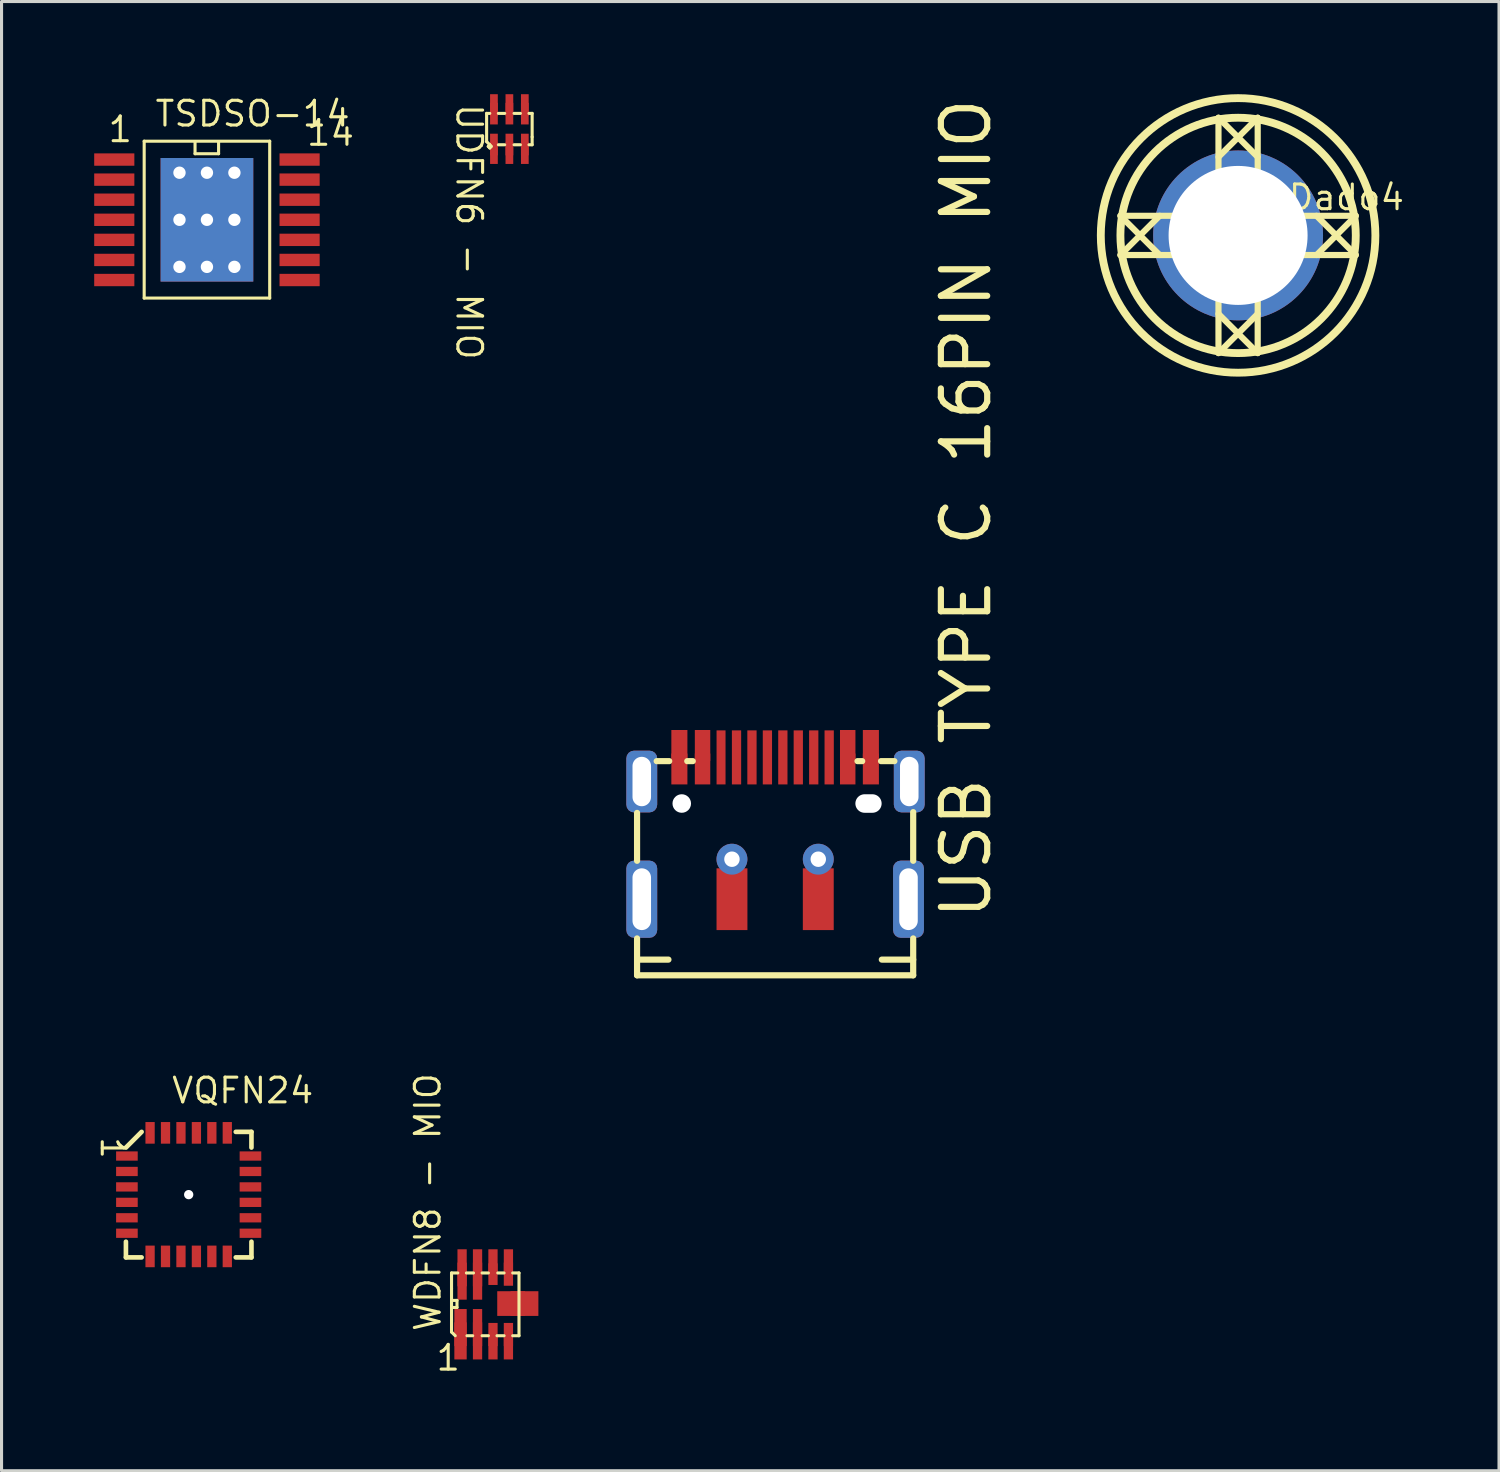
<source format=kicad_pcb>
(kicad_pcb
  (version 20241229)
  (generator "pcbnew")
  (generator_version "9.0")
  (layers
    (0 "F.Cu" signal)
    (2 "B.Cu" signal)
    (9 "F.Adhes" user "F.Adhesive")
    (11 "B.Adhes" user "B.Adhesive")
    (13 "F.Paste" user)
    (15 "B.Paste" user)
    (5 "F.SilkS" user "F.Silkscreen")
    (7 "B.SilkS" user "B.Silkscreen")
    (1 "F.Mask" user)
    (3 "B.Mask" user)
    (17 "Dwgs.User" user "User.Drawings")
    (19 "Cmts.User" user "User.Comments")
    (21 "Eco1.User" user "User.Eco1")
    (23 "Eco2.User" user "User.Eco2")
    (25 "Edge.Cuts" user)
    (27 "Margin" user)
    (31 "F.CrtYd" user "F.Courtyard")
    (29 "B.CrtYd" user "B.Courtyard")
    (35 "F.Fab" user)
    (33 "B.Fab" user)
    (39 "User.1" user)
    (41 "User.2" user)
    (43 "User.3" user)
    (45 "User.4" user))
  (footprint "ViteDado4"
    (layer "F.Cu")
    (at 37.035 4.572)
    (property "Reference" "ViteDado4" (at -0.635 -0.762 0) (unlocked yes) (layer "F.SilkS") (effects (font (size 0.8 0.8) (thickness 0.1)) (justify left bottom)))
    (fp_line (start -2.54 -0.635) (end -3.81 0.635) (stroke (width 0.2) (type solid)) (layer "F.SilkS"))
    (fp_line (start -2.54 0.635) (end -3.81 -0.635) (stroke (width 0.2) (type solid)) (layer "F.SilkS"))
    (fp_line (start -0.635 -0.635) (end -3.81 -0.635) (stroke (width 0.2) (type solid)) (layer "F.SilkS"))
    (fp_line (start -0.635 -0.635) (end -0.635 -3.81) (stroke (width 0.2) (type solid)) (layer "F.SilkS"))
    (fp_line (start -0.635 0.635) (end -3.81 0.635) (stroke (width 0.2) (type solid)) (layer "F.SilkS"))
    (fp_line (start -0.635 3.81) (end -0.635 0.635) (stroke (width 0.2) (type solid)) (layer "F.SilkS"))
    (fp_line (start 0.635 -3.81) (end -0.635 -2.54) (stroke (width 0.2) (type solid)) (layer "F.SilkS"))
    (fp_line (start 0.635 -2.54) (end -0.635 -3.81) (stroke (width 0.2) (type solid)) (layer "F.SilkS"))
    (fp_line (start 0.635 -0.635) (end 0.635 -3.81) (stroke (width 0.2) (type solid)) (layer "F.SilkS"))
    (fp_line (start 0.635 2.54) (end -0.635 3.81) (stroke (width 0.2) (type solid)) (layer "F.SilkS"))
    (fp_line (start 0.635 3.81) (end -0.635 2.54) (stroke (width 0.2) (type solid)) (layer "F.SilkS"))
    (fp_line (start 0.635 3.81) (end 0.635 0.635) (stroke (width 0.2) (type solid)) (layer "F.SilkS"))
    (fp_line (start 3.81 -0.635) (end 0.635 -0.635) (stroke (width 0.2) (type solid)) (layer "F.SilkS"))
    (fp_line (start 3.81 -0.635) (end 2.54 0.635) (stroke (width 0.2) (type solid)) (layer "F.SilkS"))
    (fp_line (start 3.81 0.635) (end 0.635 0.635) (stroke (width 0.2) (type solid)) (layer "F.SilkS"))
    (fp_line (start 3.81 0.635) (end 2.54 -0.635) (stroke (width 0.2) (type solid)) (layer "F.SilkS"))
    (fp_circle (center 0 0) (end 0 -4.445) (stroke (width 0.254) (type solid)) (fill no) (layer "F.SilkS"))
    (fp_circle (center 0 0) (end 0 -3.81) (stroke (width 0.254) (type solid)) (fill no) (layer "F.SilkS"))
    (pad "1" thru_hole circle (at 0 0) (size 5.5 5.5) (drill 4.5) (layers "*.Cu" "*.Mask")))
  (footprint "UDFN6 - MIO"
    (layer "F.Cu")
    (at 12.942 1.629)
    (property "Reference" "UDFN6 - MIO" (at -1.27 -1.372 270) (unlocked yes) (layer "F.SilkS") (effects (font (size 0.8 0.8) (thickness 0.1)) (justify left bottom)))
    (fp_line (start -0.237 -1.008) (end -0.237 -0.094) (stroke (width 0.1) (type solid)) (layer "F.SilkS"))
    (fp_line (start -0.237 -0.094) (end -0.135 0.008) (stroke (width 0.1) (type solid)) (layer "F.SilkS"))
    (fp_line (start -0.135 -1.008) (end -0.237 -1.008) (stroke (width 0.1) (type solid)) (layer "F.SilkS"))
    (fp_line (start 0.348 -1.008) (end 0.144 -1.008) (stroke (width 0.1) (type solid)) (layer "F.SilkS"))
    (fp_line (start 0.348 0.008) (end 0.144 0.008) (stroke (width 0.1) (type solid)) (layer "F.SilkS"))
    (fp_line (start 0.652 -1.008) (end 0.856 -1.008) (stroke (width 0.1) (type solid)) (layer "F.SilkS"))
    (fp_line (start 0.652 0.008) (end 0.856 0.008) (stroke (width 0.1) (type solid)) (layer "F.SilkS"))
    (fp_line (start 1.135 -1.008) (end 1.237 -1.008) (stroke (width 0.1) (type solid)) (layer "F.SilkS"))
    (fp_line (start 1.135 0.008) (end 1.237 0.008) (stroke (width 0.1) (type solid)) (layer "F.SilkS"))
    (fp_line (start 1.237 -1.008) (end 1.237 -0.246) (stroke (width 0.1) (type solid)) (layer "F.SilkS"))
    (fp_line (start 1.237 -0.246) (end 1.237 0.008) (stroke (width 0.1) (type solid)) (layer "F.SilkS"))
    (fp_text user "." (at -0.44 0.237 0) (unlocked yes) (layer "F.SilkS") (effects (font (size 1 1) (thickness 0.1)) (justify left bottom)))
    (pad "1" smd rect (at 0 0 270) (size 0.7 0.25) (layers "F.Cu" "F.Mask" "F.Paste"))
    (pad "1" smd rect (at 0 0.279 270) (size 0.7 0.25) (layers "F.Cu" "F.Mask" "F.Paste"))
    (pad "2" smd rect (at 0.5 0 270) (size 0.7 0.25) (layers "F.Cu" "F.Mask" "F.Paste"))
    (pad "2" smd rect (at 0.5 0.279 270) (size 0.7 0.25) (layers "F.Cu" "F.Mask" "F.Paste"))
    (pad "3" smd rect (at 1 0 270) (size 0.7 0.25) (layers "F.Cu" "F.Mask" "F.Paste"))
    (pad "3" smd rect (at 1 0.279 270) (size 0.7 0.25) (layers "F.Cu" "F.Mask" "F.Paste"))
    (pad "4" smd rect (at 1 -1.279 270) (size 0.7 0.25) (layers "F.Cu" "F.Mask" "F.Paste"))
    (pad "4" smd rect (at 1 -1 270) (size 0.7 0.25) (layers "F.Cu" "F.Mask" "F.Paste"))
    (pad "5" smd rect (at 0.5 -1.279 270) (size 0.7 0.25) (layers "F.Cu" "F.Mask" "F.Paste"))
    (pad "5" smd rect (at 0.5 -1 270) (size 0.7 0.25) (layers "F.Cu" "F.Mask" "F.Paste"))
    (pad "6" smd rect (at 0 -1.279 270) (size 0.7 0.25) (layers "F.Cu" "F.Mask" "F.Paste"))
    (pad "6" smd rect (at 0 -1 270) (size 0.7 0.25) (layers "F.Cu" "F.Mask" "F.Paste")))
  (footprint "TSDSO-14"
    (layer "F.Cu")
    (at 0.65 2.116)
    (property "Reference" "TSDSO-14" (at 1.27 -1.016 0) (unlocked yes) (layer "F.SilkS") (effects (font (size 0.8 0.8) (thickness 0.1)) (justify left bottom)))
    (fp_line (start 0.968 -0.595) (end 5.032 -0.595) (stroke (width 0.1) (type solid)) (layer "F.SilkS"))
    (fp_line (start 0.968 4.485) (end 0.968 -0.595) (stroke (width 0.1) (type solid)) (layer "F.SilkS"))
    (fp_line (start 0.968 4.485) (end 5.032 4.485) (stroke (width 0.1) (type solid)) (layer "F.SilkS"))
    (fp_line (start 2.615 -0.189) (end 2.615 -0.57) (stroke (width 0.1) (type solid)) (layer "F.SilkS"))
    (fp_line (start 2.615 -0.189) (end 3.377 -0.189) (stroke (width 0.1) (type solid)) (layer "F.SilkS"))
    (fp_line (start 3.377 -0.189) (end 3.377 -0.57) (stroke (width 0.1) (type solid)) (layer "F.SilkS"))
    (fp_line (start 5.032 4.485) (end 5.032 -0.595) (stroke (width 0.1) (type solid)) (layer "F.SilkS"))
    (fp_text user "1" (at -0.254 -0.508 0) (unlocked yes) (layer "F.SilkS") (effects (font (size 0.8 0.8) (thickness 0.1)) (justify left bottom)))
    (fp_text user "14" (at 6.171 -0.392 0) (unlocked yes) (layer "F.SilkS") (effects (font (size 0.8 0.8) (thickness 0.1)) (justify left bottom)))
    (pad "1" smd rect (at 0 0 90) (size 0.4 1.3) (layers "F.Cu" "F.Mask" "F.Paste"))
    (pad "2" smd rect (at 0 0.65 90) (size 0.4 1.3) (layers "F.Cu" "F.Mask" "F.Paste"))
    (pad "3" smd rect (at 0 1.3 90) (size 0.4 1.3) (layers "F.Cu" "F.Mask" "F.Paste"))
    (pad "4" smd rect (at 0 1.95 90) (size 0.4 1.3) (layers "F.Cu" "F.Mask" "F.Paste"))
    (pad "5" smd rect (at 0 2.6 90) (size 0.4 1.3) (layers "F.Cu" "F.Mask" "F.Paste"))
    (pad "6" smd rect (at 0 3.25 90) (size 0.4 1.3) (layers "F.Cu" "F.Mask" "F.Paste"))
    (pad "7" smd rect (at 0 3.9 90) (size 0.4 1.3) (layers "F.Cu" "F.Mask" "F.Paste"))
    (pad "8" smd rect (at 6 3.9 90) (size 0.4 1.3) (layers "F.Cu" "F.Mask" "F.Paste"))
    (pad "9" smd rect (at 6 3.25 90) (size 0.4 1.3) (layers "F.Cu" "F.Mask" "F.Paste"))
    (pad "10" smd rect (at 6 2.6 90) (size 0.4 1.3) (layers "F.Cu" "F.Mask" "F.Paste"))
    (pad "11" smd rect (at 6 1.95 90) (size 0.4 1.3) (layers "F.Cu" "F.Mask" "F.Paste"))
    (pad "12" smd rect (at 6 1.3 90) (size 0.4 1.3) (layers "F.Cu" "F.Mask" "F.Paste"))
    (pad "13" smd rect (at 6 0.65 90) (size 0.4 1.3) (layers "F.Cu" "F.Mask" "F.Paste"))
    (pad "14" smd rect (at 6 0 90) (size 0.4 1.3) (layers "F.Cu" "F.Mask" "F.Paste"))
    (pad "EP" thru_hole circle (at 2.111 0.426 90) (size 0.6 0.6) (drill 0.4) (layers "*.Cu" "*.Mask"))
    (pad "EP" thru_hole circle (at 2.111 1.95 90) (size 0.6 0.6) (drill 0.4) (layers "*.Cu" "*.Mask"))
    (pad "EP" thru_hole circle (at 2.111 3.474 90) (size 0.6 0.6) (drill 0.4) (layers "*.Cu" "*.Mask"))
    (pad "EP" thru_hole circle (at 3 0.426 90) (size 0.6 0.6) (drill 0.4) (layers "*.Cu" "*.Mask"))
    (pad "EP" thru_hole rect (at 3 1.95 90) (size 4 3) (drill 0.4) (layers "*.Cu" "*.Mask"))
    (pad "EP" thru_hole circle (at 3 3.474 90) (size 0.6 0.6) (drill 0.4) (layers "*.Cu" "*.Mask"))
    (pad "EP" thru_hole circle (at 3.889 0.426 90) (size 0.6 0.6) (drill 0.4) (layers "*.Cu" "*.Mask"))
    (pad "EP" thru_hole circle (at 3.889 1.95 90) (size 0.6 0.6) (drill 0.4) (layers "*.Cu" "*.Mask"))
    (pad "EP" thru_hole circle (at 3.889 3.474 90) (size 0.6 0.6) (drill 0.4) (layers "*.Cu" "*.Mask")))
  (footprint "USB TYPE C 16PIN MIO"
    (layer "F.Cu")
    (at 18.946 21.847)
    (property "Reference" "USB TYPE C 16PIN MIO" (at 10.16 4.953 90) (unlocked yes) (layer "F.SilkS") (effects (font (size 1.5 1.5) (thickness 0.2)) (justify left bottom)))
    (fp_line (start -1.37 2.972) (end -1.37 1.422) (stroke (width 0.2) (type solid)) (layer "F.SilkS"))
    (fp_line (start -1.37 6.68) (end -1.37 5.486) (stroke (width 0.2) (type solid)) (layer "F.SilkS"))
    (fp_line (start -0.354 6.172) (end -1.37 6.172) (stroke (width 0.2) (type solid)) (layer "F.SilkS"))
    (fp_line (start -0.329 -0.254) (end -0.735 -0.254) (stroke (width 0.2) (type solid)) (layer "F.SilkS"))
    (fp_line (start 0.433 -0.254) (end 0.255 -0.254) (stroke (width 0.2) (type solid)) (layer "F.SilkS"))
    (fp_line (start 5.919 -0.254) (end 5.767 -0.254) (stroke (width 0.2) (type solid)) (layer "F.SilkS"))
    (fp_line (start 6.961 -0.254) (end 6.529 -0.254) (stroke (width 0.2) (type solid)) (layer "F.SilkS"))
    (fp_line (start 7.57 2.972) (end 7.57 1.397) (stroke (width 0.2) (type solid)) (layer "F.SilkS"))
    (fp_line (start 7.57 6.172) (end 6.554 6.172) (stroke (width 0.2) (type solid)) (layer "F.SilkS"))
    (fp_line (start 7.57 6.68) (end -1.37 6.68) (stroke (width 0.2) (type solid)) (layer "F.SilkS"))
    (fp_line (start 7.57 6.68) (end 7.57 5.486) (stroke (width 0.2) (type solid)) (layer "F.SilkS"))
    (fp_line (start 6.554 6.172) (end -1.04 6.172) (stroke (width 0.2) (type solid)) (layer "User.2"))
    (pad "" np_thru_hole circle (at 0.077 1.118 270) (size 0.6 0.6) (drill 0.6) (layers "*.Cu" "*.Mask"))
    (pad "" np_thru_hole oval (at 6.123 1.118 270) (size 0.6 0.85) (drill oval 0.6 0.85) (layers "*.Cu" "*.Mask"))
    (pad "0" thru_hole roundrect (at -1.218 0.406 270) (size 2 1) (drill oval 1.6 0.6) (layers "*.Cu" "*.Mask") (roundrect_rratio 0.25))
    (pad "0" thru_hole roundrect (at -1.218 4.216 270) (size 2.5 1) (drill oval 2 0.6) (layers "*.Cu" "*.Mask") (roundrect_rratio 0.25))
    (pad "0" thru_hole circle (at 1.702 2.921 270) (size 1 1) (drill 0.5) (layers "*.Cu" "*.Mask"))
    (pad "0" smd rect (at 1.703 4.216 270) (size 2 1) (layers "F.Cu" "F.Mask" "F.Paste"))
    (pad "0" thru_hole circle (at 4.497 2.921 270) (size 1 1) (drill 0.5) (layers "*.Cu" "*.Mask"))
    (pad "0" smd rect (at 4.497 4.216 270) (size 2 1) (layers "F.Cu" "F.Mask" "F.Paste"))
    (pad "0" thru_hole roundrect (at 7.418 4.216 270) (size 2.5 1) (drill oval 2 0.6) (layers "*.Cu" "*.Mask") (roundrect_rratio 0.25))
    (pad "0" thru_hole roundrect (at 7.443 0.406 270) (size 2 1) (drill oval 1.6 0.6) (layers "*.Cu" "*.Mask") (roundrect_rratio 0.25))
    (pad "A1" smd rect (at 0 0 270) (size 1 0.52) (layers "F.Cu" "F.Mask" "F.Paste"))
    (pad "A4" smd rect (at 0.75 0 270) (size 1 0.5) (layers "F.Cu" "F.Mask" "F.Paste"))
    (pad "A5" smd rect (at 1.349 -0.375 270) (size 1.75 0.291) (layers "F.Cu" "F.Mask" "F.Paste"))
    (pad "A6" smd rect (at 2.85 -0.375 270) (size 1.75 0.3) (layers "F.Cu" "F.Mask" "F.Paste"))
    (pad "A7" smd rect (at 3.85 -0.375 270) (size 1.75 0.3) (layers "F.Cu" "F.Mask" "F.Paste"))
    (pad "A8" smd rect (at 4.85 -0.375 270) (size 1.75 0.3) (layers "F.Cu" "F.Mask" "F.Paste"))
    (pad "A9" smd rect (at 5.45 0 270) (size 1 0.5) (layers "F.Cu" "F.Mask" "F.Paste"))
    (pad "A12" smd rect (at 6.2 0 270) (size 1 0.52) (layers "F.Cu" "F.Mask" "F.Paste"))
    (pad "B1" smd rect (at 6.2 -0.762 270) (size 1 0.52) (layers "F.Cu" "F.Mask" "F.Paste"))
    (pad "B4" smd rect (at 5.45 -0.762 270) (size 1 0.5) (layers "F.Cu" "F.Mask" "F.Paste"))
    (pad "B5" smd rect (at 4.35 -0.375 270) (size 1.75 0.3) (layers "F.Cu" "F.Mask" "F.Paste"))
    (pad "B6" smd rect (at 3.35 -0.375 270) (size 1.75 0.3) (layers "F.Cu" "F.Mask" "F.Paste"))
    (pad "B7" smd rect (at 2.35 -0.375 270) (size 1.75 0.3) (layers "F.Cu" "F.Mask" "F.Paste"))
    (pad "B8" smd rect (at 1.85 -0.375 270) (size 1.75 0.3) (layers "F.Cu" "F.Mask" "F.Paste"))
    (pad "B9" smd rect (at 0.75 -0.762 270) (size 1 0.5) (layers "F.Cu" "F.Mask" "F.Paste"))
    (pad "B12" smd rect (at 0 -0.762 270) (size 1 0.52) (layers "F.Cu" "F.Mask" "F.Paste")))
  (footprint "WDFN8 - MIO"
    (layer "F.Cu")
    (at 11.86 39.932)
    (property "Reference" "WDFN8 - MIO" (at -0.592 0.178 90) (unlocked yes) (layer "F.SilkS") (effects (font (size 0.8 0.8) (thickness 0.1)) (justify left bottom)))
    (fp_line (start -0.291 -1.26) (end -0.291 -1.768) (stroke (width 0.1) (type solid)) (layer "F.SilkS"))
    (fp_line (start -0.291 -0.244) (end -0.291 -1.26) (stroke (width 0.1) (type solid)) (layer "F.SilkS"))
    (fp_line (start -0.291 0.144) (end -0.291 -0.244) (stroke (width 0.1) (type solid)) (layer "F.SilkS"))
    (fp_line (start -0.171 0.264) (end -0.291 0.144) (stroke (width 0.1) (type solid)) (layer "F.SilkS"))
    (fp_line (start -0.114 -0.879) (end -0.291 -0.879) (stroke (width 0.1) (type solid)) (layer "F.SilkS"))
    (fp_line (start -0.114 -0.65) (end -0.291 -0.65) (stroke (width 0.1) (type solid)) (layer "F.SilkS"))
    (fp_line (start -0.114 -0.65) (end -0.114 -0.879) (stroke (width 0.1) (type solid)) (layer "F.SilkS"))
    (fp_line (start -0.088 -1.768) (end -0.291 -1.768) (stroke (width 0.1) (type solid)) (layer "F.SilkS"))
    (fp_line (start 0.394 0.264) (end 0.21 0.264) (stroke (width 0.1) (type solid)) (layer "F.SilkS"))
    (fp_line (start 0.42 -1.768) (end 0.191 -1.768) (stroke (width 0.1) (type solid)) (layer "F.SilkS"))
    (fp_line (start 0.699 -1.768) (end 0.902 -1.768) (stroke (width 0.1) (type solid)) (layer "F.SilkS"))
    (fp_line (start 0.902 0.264) (end 0.699 0.264) (stroke (width 0.1) (type solid)) (layer "F.SilkS"))
    (fp_line (start 1.41 -1.768) (end 1.207 -1.768) (stroke (width 0.1) (type solid)) (layer "F.SilkS"))
    (fp_line (start 1.41 0.264) (end 1.182 0.264) (stroke (width 0.1) (type solid)) (layer "F.SilkS"))
    (fp_line (start 1.893 -1.768) (end 1.69 -1.768) (stroke (width 0.1) (type solid)) (layer "F.SilkS"))
    (fp_line (start 1.893 0.264) (end 1.69 0.264) (stroke (width 0.1) (type solid)) (layer "F.SilkS"))
    (fp_line (start 1.893 0.264) (end 1.893 -1.768) (stroke (width 0.1) (type solid)) (layer "F.SilkS"))
    (fp_text user "1" (at -0.846 1.448 0) (unlocked yes) (layer "F.SilkS") (effects (font (size 0.8 0.8) (thickness 0.1)) (justify left bottom)))
    (pad "1" smd rect (at 0 0 90) (size 1.2 0.4) (layers "F.Cu" "F.Mask" "F.Paste"))
    (pad "1" smd rect (at 0 0.432 90) (size 1.2 0.4) (layers "F.Cu" "F.Mask" "F.Paste"))
    (pad "2" smd rect (at 0.551 0 90) (size 1.2 0.3) (layers "F.Cu" "F.Mask" "F.Paste"))
    (pad "2" smd rect (at 0.551 0.432 90) (size 1.2 0.3) (layers "F.Cu" "F.Mask" "F.Paste"))
    (pad "3" smd rect (at 1.051 0.225 90) (size 0.75 0.3) (layers "F.Cu" "F.Mask" "F.Paste"))
    (pad "3" smd rect (at 1.051 0.657 90) (size 0.75 0.3) (layers "F.Cu" "F.Mask" "F.Paste"))
    (pad "4" smd rect (at 1.551 0.225 90) (size 0.75 0.3) (layers "F.Cu" "F.Mask" "F.Paste"))
    (pad "4" smd rect (at 1.551 0.657 90) (size 0.75 0.3) (layers "F.Cu" "F.Mask" "F.Paste"))
    (pad "5" smd rect (at 1.551 -2.16 90) (size 0.75 0.3) (layers "F.Cu" "F.Mask" "F.Paste"))
    (pad "5" smd rect (at 1.551 -1.729 90) (size 0.75 0.3) (layers "F.Cu" "F.Mask" "F.Paste"))
    (pad "6" smd rect (at 1.051 -2.16 90) (size 0.75 0.3) (layers "F.Cu" "F.Mask" "F.Paste"))
    (pad "6" smd rect (at 1.051 -1.729 90) (size 0.7 0.3) (layers "F.Cu" "F.Mask" "F.Paste"))
    (pad "7" smd rect (at 0.551 -1.935 90) (size 1.2 0.3) (layers "F.Cu" "F.Mask" "F.Paste"))
    (pad "7" smd rect (at 0.551 -1.503 90) (size 1.2 0.3) (layers "F.Cu" "F.Mask" "F.Paste"))
    (pad "8" smd rect (at 0.051 -1.935 90) (size 1.2 0.3) (layers "F.Cu" "F.Mask" "F.Paste"))
    (pad "8" smd rect (at 0.051 -1.503 90) (size 1.2 0.3) (layers "F.Cu" "F.Mask" "F.Paste"))
    (pad "GND" smd rect (at 1.639 -0.777 90) (size 0.8 0.9) (layers "F.Cu" "F.Mask" "F.Paste"))
    (pad "GND" smd rect (at 2.071 -0.777 90) (size 0.8 0.9) (layers "F.Cu" "F.Mask" "F.Paste")))
  (footprint "VQFN24"
    (layer "F.Cu")
    (at 1.059 34.378)
    (property "Reference" "VQFN24" (at 1.397 -1.651 0) (unlocked yes) (layer "F.SilkS") (effects (font (size 0.8 0.8) (thickness 0.1)) (justify left bottom)))
    (fp_line (start -0.032 -0.274) (end 0.476 -0.782) (stroke (width 0.15) (type solid)) (layer "F.SilkS"))
    (fp_line (start -0.032 3.282) (end -0.032 2.774) (stroke (width 0.15) (type solid)) (layer "F.SilkS"))
    (fp_line (start -0.032 3.282) (end 0.476 3.282) (stroke (width 0.15) (type solid)) (layer "F.SilkS"))
    (fp_line (start 3.524 -0.782) (end 4.032 -0.782) (stroke (width 0.15) (type solid)) (layer "F.SilkS"))
    (fp_line (start 3.524 3.282) (end 4.032 3.282) (stroke (width 0.15) (type solid)) (layer "F.SilkS"))
    (fp_line (start 4.032 -0.274) (end 4.032 -0.782) (stroke (width 0.15) (type solid)) (layer "F.SilkS"))
    (fp_line (start 4.032 3.282) (end 4.032 2.774) (stroke (width 0.15) (type solid)) (layer "F.SilkS"))
    (fp_text user "1" (at -0.889 -0.66 270) (unlocked yes) (layer "F.SilkS") (effects (font (size 0.7 0.7) (thickness 0.1)) (justify left bottom)))
    (pad "" np_thru_hole circle (at 2 1.25 180) (size 0.3 0.3) (drill 0.3) (layers "*.Cu" "*.Mask"))
    (pad "1" smd rect (at 0 0 90) (size 0.3 0.7) (layers "F.Cu" "F.Mask" "F.Paste"))
    (pad "2" smd rect (at 0 0.5 90) (size 0.3 0.7) (layers "F.Cu" "F.Mask" "F.Paste"))
    (pad "3" smd rect (at 0 1 90) (size 0.3 0.7) (layers "F.Cu" "F.Mask" "F.Paste"))
    (pad "4" smd rect (at 0 1.5 90) (size 0.3 0.7) (layers "F.Cu" "F.Mask" "F.Paste"))
    (pad "5" smd rect (at 0 2 90) (size 0.3 0.7) (layers "F.Cu" "F.Mask" "F.Paste"))
    (pad "6" smd rect (at 0 2.5 90) (size 0.3 0.7) (layers "F.Cu" "F.Mask" "F.Paste"))
    (pad "7" smd rect (at 0.75 3.25) (size 0.3 0.7) (layers "F.Cu" "F.Mask" "F.Paste"))
    (pad "8" smd rect (at 1.25 3.25) (size 0.3 0.7) (layers "F.Cu" "F.Mask" "F.Paste"))
    (pad "9" smd rect (at 1.75 3.25) (size 0.3 0.7) (layers "F.Cu" "F.Mask" "F.Paste"))
    (pad "10" smd rect (at 2.25 3.25) (size 0.3 0.7) (layers "F.Cu" "F.Mask" "F.Paste"))
    (pad "11" smd rect (at 2.75 3.25) (size 0.3 0.7) (layers "F.Cu" "F.Mask" "F.Paste"))
    (pad "12" smd rect (at 3.25 3.25) (size 0.3 0.7) (layers "F.Cu" "F.Mask" "F.Paste"))
    (pad "13" smd rect (at 4 2.5 90) (size 0.3 0.7) (layers "F.Cu" "F.Mask" "F.Paste"))
    (pad "14" smd rect (at 4 2 90) (size 0.3 0.7) (layers "F.Cu" "F.Mask" "F.Paste"))
    (pad "15" smd rect (at 4 1.5 90) (size 0.3 0.7) (layers "F.Cu" "F.Mask" "F.Paste"))
    (pad "16" smd rect (at 4 1 90) (size 0.3 0.7) (layers "F.Cu" "F.Mask" "F.Paste"))
    (pad "17" smd rect (at 4 0.5 90) (size 0.3 0.7) (layers "F.Cu" "F.Mask" "F.Paste"))
    (pad "18" smd rect (at 4 0 90) (size 0.3 0.7) (layers "F.Cu" "F.Mask" "F.Paste"))
    (pad "19" smd rect (at 3.25 -0.75) (size 0.3 0.7) (layers "F.Cu" "F.Mask" "F.Paste"))
    (pad "20" smd rect (at 2.75 -0.75) (size 0.3 0.7) (layers "F.Cu" "F.Mask" "F.Paste"))
    (pad "21" smd rect (at 2.25 -0.75) (size 0.3 0.7) (layers "F.Cu" "F.Mask" "F.Paste"))
    (pad "22" smd rect (at 1.75 -0.75) (size 0.3 0.7) (layers "F.Cu" "F.Mask" "F.Paste"))
    (pad "23" smd rect (at 1.25 -0.75) (size 0.3 0.7) (layers "F.Cu" "F.Mask" "F.Paste"))
    (pad "24" smd rect (at 0.75 -0.75) (size 0.3 0.7) (layers "F.Cu" "F.Mask" "F.Paste")))
  (gr_rect
    (start -3 -3)
    (end 45.483 44.567)
    (stroke (width 0.1) (type default))
    (fill no)
    (layer "Edge.Cuts")))
</source>
